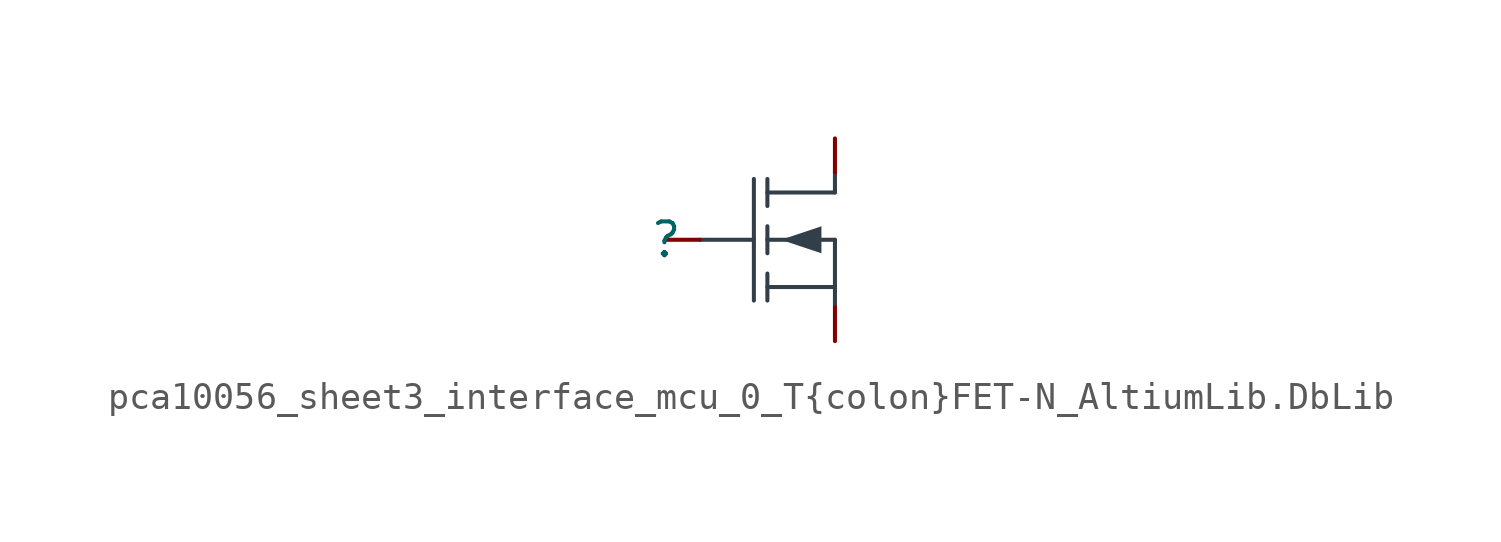
<source format=kicad_sym>
(kicad_symbol_lib
  (version 20241209)
  (generator "kicad_symbol_editor")
  (generator_version "9.0")
  (symbol "pca10056_sheet3_interface_mcu_0_T{colon}FET-N_AltiumLib.DbLib"
    (pin_numbers
      (hide yes))
    (pin_names
      (hide yes))
    (property "Reference" ""
      (at 0 0 0)
      (effects (font (size 1.27 1.27))))
    (property "Value" ""
      (at 0 0 0)
      (effects (font (size 1.27 1.27))))
    (symbol "pca10056_sheet3_interface_mcu_0_T{colon}FET-N_AltiumLib.DbLib_1_0"
      (polyline (pts (xy 1.27 0) (xy 3.302 0)) (stroke (width 0) (type solid) (color 51 63 72 1)) (fill (type none)))
      (polyline (pts (xy 3.302 2.286) (xy 3.302 -2.286)) (stroke (width 0) (type solid) (color 51 63 72 1)) (fill (type none)))
      (polyline (pts (xy 3.81 1.27) (xy 3.81 2.286)) (stroke (width 0) (type solid) (color 51 63 72 1)) (fill (type none)))
      (polyline (pts (xy 3.81 -0.508) (xy 3.81 0.508)) (stroke (width 0) (type solid) (color 51 63 72 1)) (fill (type none)))
      (polyline (pts (xy 3.81 -2.286) (xy 3.81 -1.27)) (stroke (width 0) (type solid) (color 51 63 72 1)) (fill (type none)))
      (polyline (pts (xy 4.318 0) (xy 5.842 -0.508) (xy 5.842 0.508) (xy 4.318 0)) (stroke (width -0.0001) (type solid) (color 51 63 72 1)) (fill (type outline)))
      (polyline (pts (xy 6.35 1.778) (xy 3.81 1.778)) (stroke (width 0) (type solid) (color 51 63 72 1)) (fill (type none)))
      (polyline (pts (xy 6.35 1.778) (xy 6.35 2.54)) (stroke (width 0) (type solid) (color 51 63 72 1)) (fill (type none)))
      (polyline (pts (xy 6.35 0) (xy 3.81 0)) (stroke (width 0) (type solid) (color 51 63 72 1)) (fill (type none)))
      (polyline (pts (xy 6.35 0) (xy 6.35 -2.54)) (stroke (width 0) (type solid) (color 51 63 72 1)) (fill (type none)))
      (polyline (pts (xy 6.35 -1.778) (xy 3.81 -1.778)) (stroke (width 0) (type solid) (color 51 63 72 1)) (fill (type none)))
      (pin passive line (at 0 0 0) (length 1.27) (name "G" (effects (font (size 1.27 1.27)))) (number "1" (effects (font (size 1.27 1.27)))))
      (pin passive line (at 6.35 3.81 270) (length 1.27) (name "D" (effects (font (size 1.27 1.27)))) (number "3" (effects (font (size 1.27 1.27)))))
      (pin passive line (at 6.35 -3.81 90) (length 1.27) (name "S" (effects (font (size 1.27 1.27)))) (number "2" (effects (font (size 1.27 1.27))))))))
</source>
